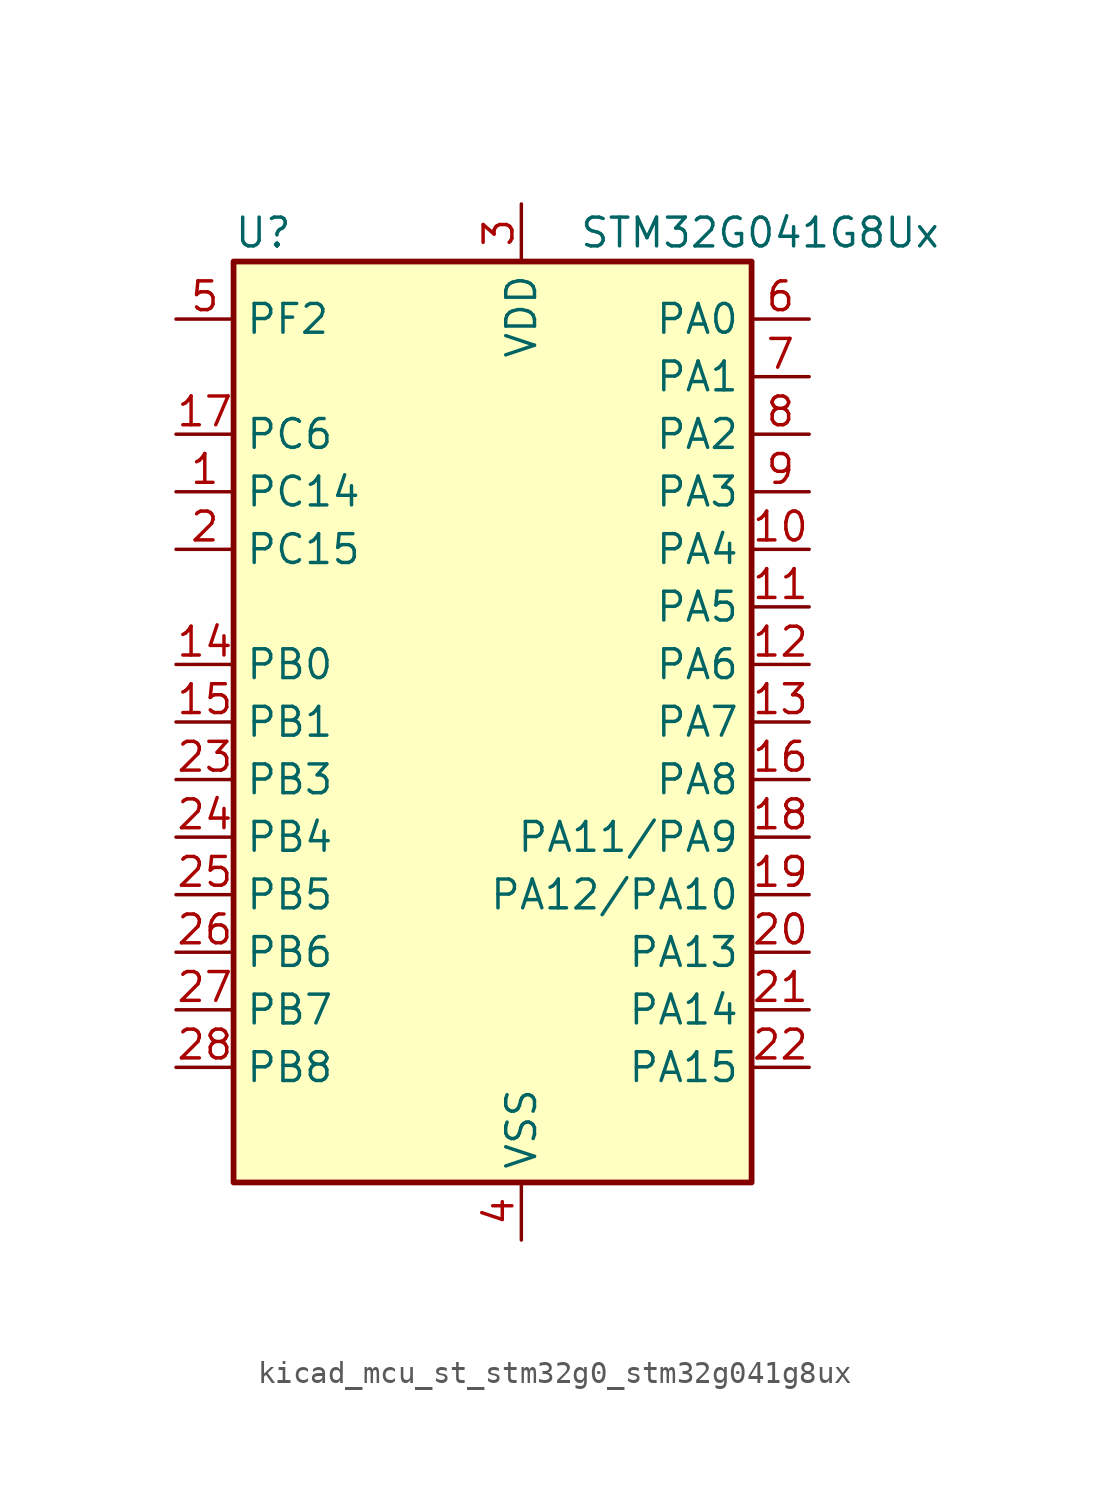
<source format=kicad_sym>
(kicad_symbol_lib
  (version 20220914)
  (generator kicad_symbol_editor)
  (symbol "kicad_mcu_st_stm32g0_stm32g041g8ux"
    (property "Reference" "U"
      (at -10.16 21.59 0)
      (effects (font (size 1.27 1.27)) (justify left)))
    (property "Value" "STM32G041G8Ux"
      (at 5.08 21.59 0)
      (effects (font (size 1.27 1.27)) (justify left)))
    (property "ki_locked" ""
      (at 0 0 0)
      (effects (font (size 1.27 1.27))))
    (symbol "kicad_mcu_st_stm32g0_stm32g041g8ux_0_1"
      (rectangle (start -10.16 -20.32) (end 12.7 20.32) (stroke (width 0.254) (type default)) (fill (type background))))
    (symbol "kicad_mcu_st_stm32g0_stm32g041g8ux_1_1"
      (pin bidirectional line (at -12.7 10.16 0) (length 2.54) (name "PC14" (effects (font (size 1.27 1.27)))) (number "1" (effects (font (size 1.27 1.27)))) (alternate "RCC_OSC32_IN" bidirectional line) (alternate "RCC_OSC_IN" bidirectional line) (alternate "TIM1_BK2" bidirectional line))
      (pin bidirectional line (at 15.24 7.62 180) (length 2.54) (name "PA4" (effects (font (size 1.27 1.27)))) (number "10" (effects (font (size 1.27 1.27)))) (alternate "ADC1_IN4" bidirectional line) (alternate "I2S1_WS" bidirectional line) (alternate "LPTIM2_OUT" bidirectional line) (alternate "RTC_OUT_ALARM" bidirectional line) (alternate "RTC_OUT_CALIB" bidirectional line) (alternate "RTC_TAMP_IN1" bidirectional line) (alternate "RTC_TS" bidirectional line) (alternate "SPI1_NSS" bidirectional line) (alternate "SPI2_MOSI" bidirectional line) (alternate "SYS_WKUP2" bidirectional line) (alternate "TIM14_CH1" bidirectional line))
      (pin bidirectional line (at 15.24 5.08 180) (length 2.54) (name "PA5" (effects (font (size 1.27 1.27)))) (number "11" (effects (font (size 1.27 1.27)))) (alternate "ADC1_IN5" bidirectional line) (alternate "I2S1_CK" bidirectional line) (alternate "LPTIM2_ETR" bidirectional line) (alternate "SPI1_SCK" bidirectional line) (alternate "TIM2_CH1" bidirectional line) (alternate "TIM2_ETR" bidirectional line))
      (pin bidirectional line (at 15.24 2.54 180) (length 2.54) (name "PA6" (effects (font (size 1.27 1.27)))) (number "12" (effects (font (size 1.27 1.27)))) (alternate "ADC1_IN6" bidirectional line) (alternate "I2S1_MCK" bidirectional line) (alternate "LPUART1_CTS" bidirectional line) (alternate "SPI1_MISO" bidirectional line) (alternate "TIM16_CH1" bidirectional line) (alternate "TIM1_BK" bidirectional line) (alternate "TIM3_CH1" bidirectional line))
      (pin bidirectional line (at 15.24 0 180) (length 2.54) (name "PA7" (effects (font (size 1.27 1.27)))) (number "13" (effects (font (size 1.27 1.27)))) (alternate "ADC1_IN7" bidirectional line) (alternate "I2S1_SD" bidirectional line) (alternate "SPI1_MOSI" bidirectional line) (alternate "TIM14_CH1" bidirectional line) (alternate "TIM17_CH1" bidirectional line) (alternate "TIM1_CH1N" bidirectional line) (alternate "TIM3_CH2" bidirectional line))
      (pin bidirectional line (at -12.7 2.54 0) (length 2.54) (name "PB0" (effects (font (size 1.27 1.27)))) (number "14" (effects (font (size 1.27 1.27)))) (alternate "ADC1_IN8" bidirectional line) (alternate "I2S1_WS" bidirectional line) (alternate "LPTIM1_OUT" bidirectional line) (alternate "SPI1_NSS" bidirectional line) (alternate "TIM1_CH2N" bidirectional line) (alternate "TIM3_CH3" bidirectional line))
      (pin bidirectional line (at -12.7 0 0) (length 2.54) (name "PB1" (effects (font (size 1.27 1.27)))) (number "15" (effects (font (size 1.27 1.27)))) (alternate "ADC1_IN9" bidirectional line) (alternate "LPTIM2_IN1" bidirectional line) (alternate "LPUART1_DE" bidirectional line) (alternate "LPUART1_RTS" bidirectional line) (alternate "TIM14_CH1" bidirectional line) (alternate "TIM1_CH3N" bidirectional line) (alternate "TIM3_CH4" bidirectional line))
      (pin bidirectional line (at 15.24 -2.54 180) (length 2.54) (name "PA8" (effects (font (size 1.27 1.27)))) (number "16" (effects (font (size 1.27 1.27)))) (alternate "LPTIM2_OUT" bidirectional line) (alternate "RCC_MCO" bidirectional line) (alternate "SPI2_NSS" bidirectional line) (alternate "TIM1_CH1" bidirectional line))
      (pin bidirectional line (at -12.7 12.7 0) (length 2.54) (name "PC6" (effects (font (size 1.27 1.27)))) (number "17" (effects (font (size 1.27 1.27)))) (alternate "TIM2_CH3" bidirectional line) (alternate "TIM3_CH1" bidirectional line))
      (pin bidirectional line (at 15.24 -5.08 180) (length 2.54) (name "PA11/PA9" (effects (font (size 1.27 1.27)))) (number "18" (effects (font (size 1.27 1.27)))) (alternate "ADC1_EXTI11" bidirectional line) (alternate "ADC1_IN15" bidirectional line) (alternate "I2C2_SCL" bidirectional line) (alternate "I2S1_MCK" bidirectional line) (alternate "SPI1_MISO" bidirectional line) (alternate "TIM1_BK2" bidirectional line) (alternate "TIM1_CH4" bidirectional line) (alternate "USART1_CTS" bidirectional line) (alternate "USART1_NSS" bidirectional line))
      (pin bidirectional line (at 15.24 -7.62 180) (length 2.54) (name "PA12/PA10" (effects (font (size 1.27 1.27)))) (number "19" (effects (font (size 1.27 1.27)))) (alternate "ADC1_IN16" bidirectional line) (alternate "I2C2_SDA" bidirectional line) (alternate "I2S1_SD" bidirectional line) (alternate "I2S_CKIN" bidirectional line) (alternate "SPI1_MOSI" bidirectional line) (alternate "TIM1_ETR" bidirectional line) (alternate "USART1_CK" bidirectional line) (alternate "USART1_DE" bidirectional line) (alternate "USART1_RTS" bidirectional line))
      (pin bidirectional line (at -12.7 7.62 0) (length 2.54) (name "PC15" (effects (font (size 1.27 1.27)))) (number "2" (effects (font (size 1.27 1.27)))) (alternate "RCC_OSC32_EN" bidirectional line) (alternate "RCC_OSC32_OUT" bidirectional line) (alternate "RCC_OSC_EN" bidirectional line))
      (pin bidirectional line (at 15.24 -10.16 180) (length 2.54) (name "PA13" (effects (font (size 1.27 1.27)))) (number "20" (effects (font (size 1.27 1.27)))) (alternate "ADC1_IN17" bidirectional line) (alternate "IR_OUT" bidirectional line) (alternate "SYS_SWDIO" bidirectional line))
      (pin bidirectional line (at 15.24 -12.7 180) (length 2.54) (name "PA14" (effects (font (size 1.27 1.27)))) (number "21" (effects (font (size 1.27 1.27)))) (alternate "ADC1_IN18" bidirectional line) (alternate "SYS_SWCLK" bidirectional line) (alternate "USART2_TX" bidirectional line))
      (pin bidirectional line (at 15.24 -15.24 180) (length 2.54) (name "PA15" (effects (font (size 1.27 1.27)))) (number "22" (effects (font (size 1.27 1.27)))) (alternate "I2S1_WS" bidirectional line) (alternate "SPI1_NSS" bidirectional line) (alternate "TIM2_CH1" bidirectional line) (alternate "TIM2_ETR" bidirectional line) (alternate "USART2_RX" bidirectional line))
      (pin bidirectional line (at -12.7 -2.54 0) (length 2.54) (name "PB3" (effects (font (size 1.27 1.27)))) (number "23" (effects (font (size 1.27 1.27)))) (alternate "I2S1_CK" bidirectional line) (alternate "SPI1_SCK" bidirectional line) (alternate "TIM1_CH2" bidirectional line) (alternate "TIM2_CH2" bidirectional line) (alternate "USART1_CK" bidirectional line) (alternate "USART1_DE" bidirectional line) (alternate "USART1_RTS" bidirectional line))
      (pin bidirectional line (at -12.7 -5.08 0) (length 2.54) (name "PB4" (effects (font (size 1.27 1.27)))) (number "24" (effects (font (size 1.27 1.27)))) (alternate "I2S1_MCK" bidirectional line) (alternate "SPI1_MISO" bidirectional line) (alternate "TIM17_BK" bidirectional line) (alternate "TIM3_CH1" bidirectional line) (alternate "USART1_CTS" bidirectional line) (alternate "USART1_NSS" bidirectional line))
      (pin bidirectional line (at -12.7 -7.62 0) (length 2.54) (name "PB5" (effects (font (size 1.27 1.27)))) (number "25" (effects (font (size 1.27 1.27)))) (alternate "I2C1_SMBA" bidirectional line) (alternate "I2S1_SD" bidirectional line) (alternate "LPTIM1_IN1" bidirectional line) (alternate "SPI1_MOSI" bidirectional line) (alternate "SYS_WKUP6" bidirectional line) (alternate "TIM16_BK" bidirectional line) (alternate "TIM3_CH2" bidirectional line))
      (pin bidirectional line (at -12.7 -10.16 0) (length 2.54) (name "PB6" (effects (font (size 1.27 1.27)))) (number "26" (effects (font (size 1.27 1.27)))) (alternate "I2C1_SCL" bidirectional line) (alternate "LPTIM1_ETR" bidirectional line) (alternate "SPI2_MISO" bidirectional line) (alternate "TIM16_CH1N" bidirectional line) (alternate "TIM1_CH3" bidirectional line) (alternate "USART1_TX" bidirectional line))
      (pin bidirectional line (at -12.7 -12.7 0) (length 2.54) (name "PB7" (effects (font (size 1.27 1.27)))) (number "27" (effects (font (size 1.27 1.27)))) (alternate "ADC1_IN11" bidirectional line) (alternate "I2C1_SDA" bidirectional line) (alternate "LPTIM1_IN2" bidirectional line) (alternate "SPI2_MOSI" bidirectional line) (alternate "SYS_PVD_IN" bidirectional line) (alternate "TIM17_CH1N" bidirectional line) (alternate "USART1_RX" bidirectional line))
      (pin bidirectional line (at -12.7 -15.24 0) (length 2.54) (name "PB8" (effects (font (size 1.27 1.27)))) (number "28" (effects (font (size 1.27 1.27)))) (alternate "I2C1_SCL" bidirectional line) (alternate "SPI2_SCK" bidirectional line) (alternate "TIM16_CH1" bidirectional line))
      (pin power_in line (at 2.54 22.86 270) (length 2.54) (name "VDD" (effects (font (size 1.27 1.27)))) (number "3" (effects (font (size 1.27 1.27)))))
      (pin power_in line (at 2.54 -22.86 90) (length 2.54) (name "VSS" (effects (font (size 1.27 1.27)))) (number "4" (effects (font (size 1.27 1.27)))))
      (pin bidirectional line (at -12.7 17.78 0) (length 2.54) (name "PF2" (effects (font (size 1.27 1.27)))) (number "5" (effects (font (size 1.27 1.27)))) (alternate "RCC_MCO" bidirectional line))
      (pin bidirectional line (at 15.24 17.78 180) (length 2.54) (name "PA0" (effects (font (size 1.27 1.27)))) (number "6" (effects (font (size 1.27 1.27)))) (alternate "ADC1_IN0" bidirectional line) (alternate "LPTIM1_OUT" bidirectional line) (alternate "RTC_TAMP_IN2" bidirectional line) (alternate "SPI2_SCK" bidirectional line) (alternate "SYS_WKUP1" bidirectional line) (alternate "TIM2_CH1" bidirectional line) (alternate "TIM2_ETR" bidirectional line) (alternate "USART2_CTS" bidirectional line) (alternate "USART2_NSS" bidirectional line))
      (pin bidirectional line (at 15.24 15.24 180) (length 2.54) (name "PA1" (effects (font (size 1.27 1.27)))) (number "7" (effects (font (size 1.27 1.27)))) (alternate "ADC1_IN1" bidirectional line) (alternate "I2C1_SMBA" bidirectional line) (alternate "I2S1_CK" bidirectional line) (alternate "SPI1_SCK" bidirectional line) (alternate "TIM2_CH2" bidirectional line) (alternate "USART2_CK" bidirectional line) (alternate "USART2_DE" bidirectional line) (alternate "USART2_RTS" bidirectional line))
      (pin bidirectional line (at 15.24 12.7 180) (length 2.54) (name "PA2" (effects (font (size 1.27 1.27)))) (number "8" (effects (font (size 1.27 1.27)))) (alternate "ADC1_IN2" bidirectional line) (alternate "I2S1_SD" bidirectional line) (alternate "LPUART1_TX" bidirectional line) (alternate "RCC_LSCO" bidirectional line) (alternate "SPI1_MOSI" bidirectional line) (alternate "SYS_WKUP4" bidirectional line) (alternate "TIM2_CH3" bidirectional line) (alternate "USART2_TX" bidirectional line))
      (pin bidirectional line (at 15.24 10.16 180) (length 2.54) (name "PA3" (effects (font (size 1.27 1.27)))) (number "9" (effects (font (size 1.27 1.27)))) (alternate "ADC1_IN3" bidirectional line) (alternate "LPUART1_RX" bidirectional line) (alternate "SPI2_MISO" bidirectional line) (alternate "TIM2_CH4" bidirectional line) (alternate "USART2_RX" bidirectional line)))))
</source>
